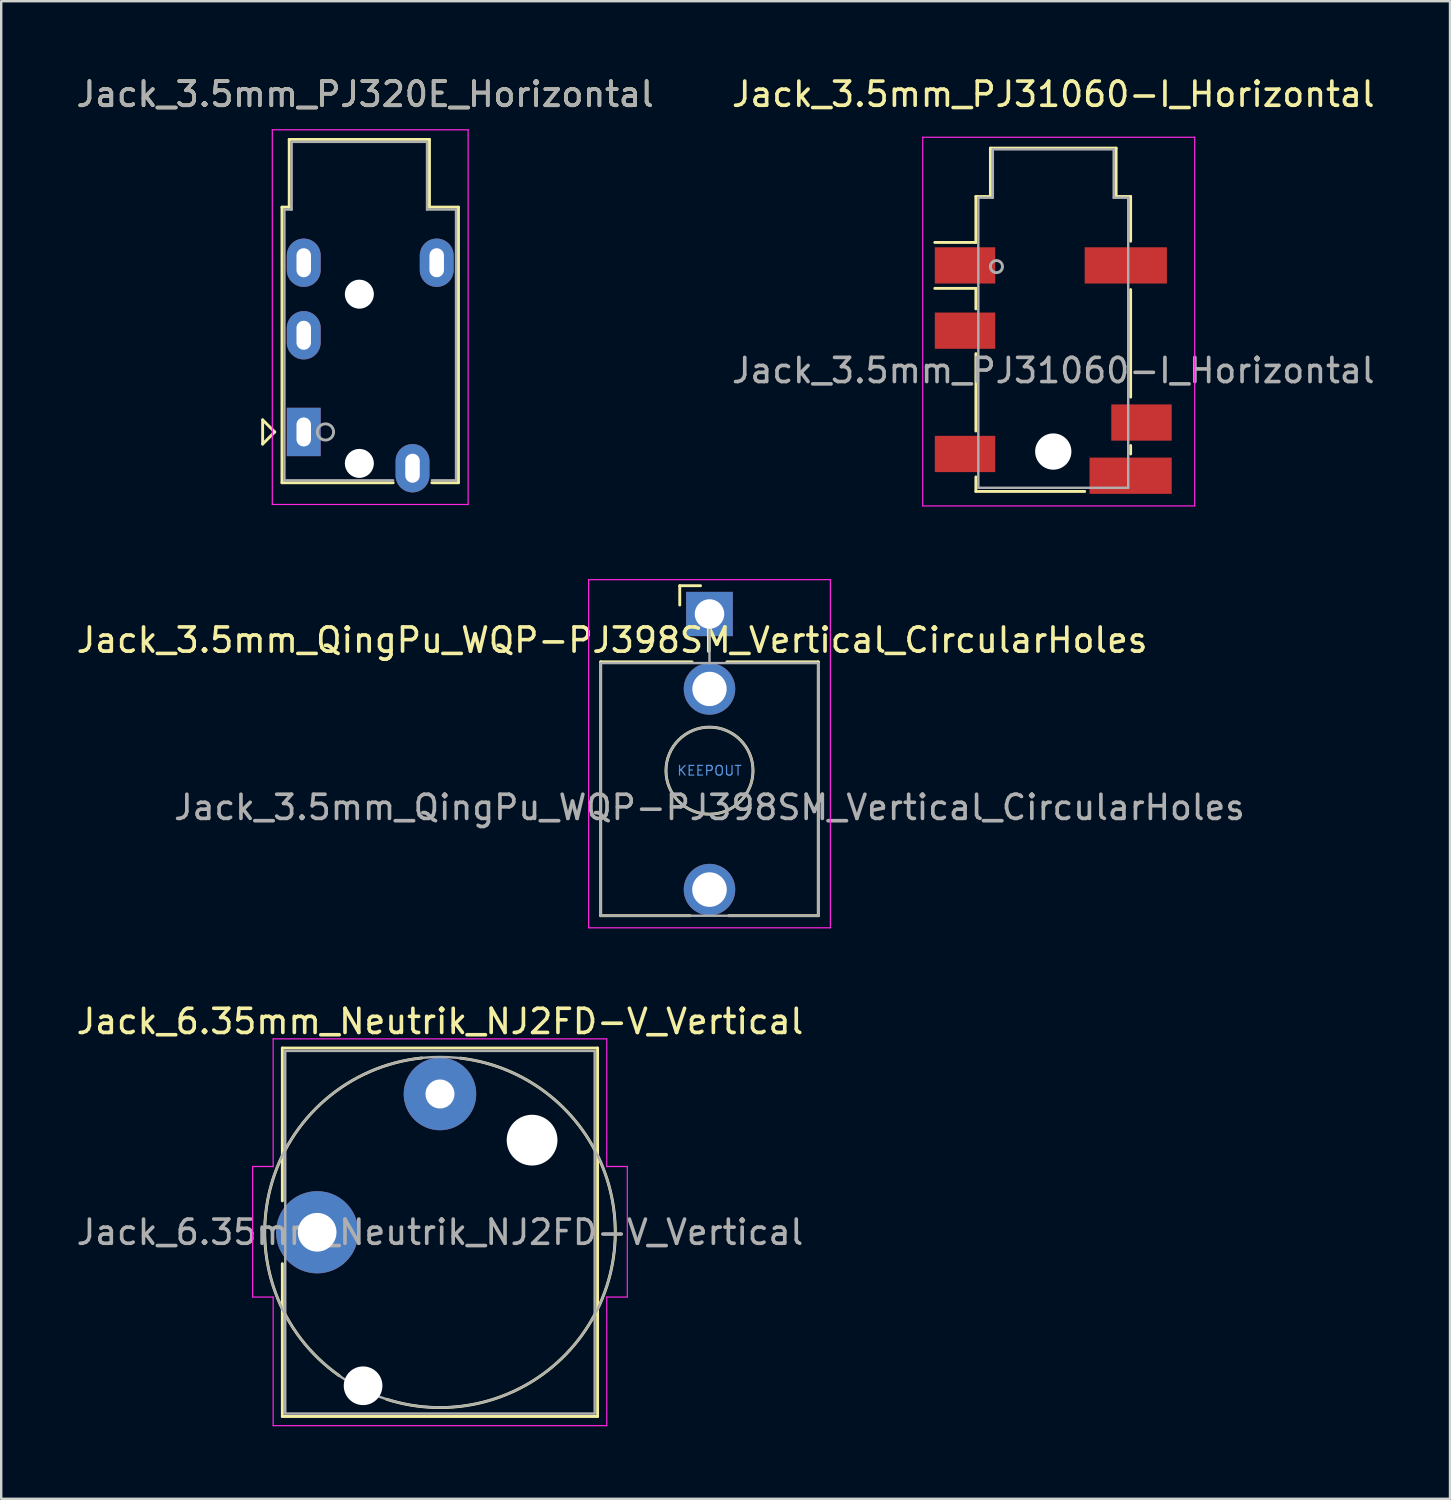
<source format=kicad_pcb>
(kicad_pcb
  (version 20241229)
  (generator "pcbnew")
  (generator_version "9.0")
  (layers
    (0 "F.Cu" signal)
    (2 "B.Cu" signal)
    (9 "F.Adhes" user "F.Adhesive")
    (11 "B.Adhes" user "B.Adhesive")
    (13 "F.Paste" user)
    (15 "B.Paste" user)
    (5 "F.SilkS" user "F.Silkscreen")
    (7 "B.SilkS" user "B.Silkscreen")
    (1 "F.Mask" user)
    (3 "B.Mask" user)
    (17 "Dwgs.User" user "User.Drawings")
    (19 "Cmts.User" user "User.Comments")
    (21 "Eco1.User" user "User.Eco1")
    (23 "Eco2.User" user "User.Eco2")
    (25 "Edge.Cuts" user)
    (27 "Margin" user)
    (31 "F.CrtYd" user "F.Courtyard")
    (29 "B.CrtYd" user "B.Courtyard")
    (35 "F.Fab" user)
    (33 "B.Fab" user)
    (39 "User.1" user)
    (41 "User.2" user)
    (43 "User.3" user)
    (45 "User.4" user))
  (footprint "Jack_6.35mm_Neutrik_NJ2FD-V_Vertical"
    (layer "F.Cu")
    (at 15.149 42.202)
    (property "Reference" "Jack_6.35mm_Neutrik_NJ2FD-V_Vertical" (at 0 -3 0) (layer "F.SilkS") (effects (font (size 1 1) (thickness 0.15))))
    (attr through_hole)
    (fp_line (start -6.52 -1.9) (end -6.52 4.42) (stroke (width 0.12) (type solid)) (layer "F.SilkS"))
    (fp_line (start -6.52 -1.9) (end 6.52 -1.9) (stroke (width 0.12) (type solid)) (layer "F.SilkS"))
    (fp_line (start -6.52 7.02) (end -6.52 13.34) (stroke (width 0.12) (type solid)) (layer "F.SilkS"))
    (fp_line (start -6.52 13.34) (end 6.52 13.34) (stroke (width 0.12) (type solid)) (layer "F.SilkS"))
    (fp_line (start 6.52 -1.9) (end 6.52 13.34) (stroke (width 0.12) (type solid)) (layer "F.SilkS"))
    (fp_arc (start -4.164153 11.6535) (mid -7.016062 3.897509) (end -0.75 -1.49) (stroke (width 0.12) (type solid)) (layer "F.SilkS"))
    (fp_arc (start 0.84109 -1.482824) (mid 7.089049 7.247578) (end -2.2 12.63) (stroke (width 0.12) (type solid)) (layer "F.SilkS"))
    (fp_line (start -7.75 3) (end -7.75 8.4) (stroke (width 0.05) (type solid)) (layer "F.CrtYd"))
    (fp_line (start -6.9 -2.28) (end -6.9 3) (stroke (width 0.05) (type solid)) (layer "F.CrtYd"))
    (fp_line (start -6.9 -2.28) (end 6.9 -2.28) (stroke (width 0.05) (type solid)) (layer "F.CrtYd"))
    (fp_line (start -6.9 3) (end -7.75 3) (stroke (width 0.05) (type solid)) (layer "F.CrtYd"))
    (fp_line (start -6.9 8.4) (end -7.75 8.4) (stroke (width 0.05) (type solid)) (layer "F.CrtYd"))
    (fp_line (start -6.9 8.4) (end -6.9 13.72) (stroke (width 0.05) (type solid)) (layer "F.CrtYd"))
    (fp_line (start -6.9 13.72) (end 6.9 13.72) (stroke (width 0.05) (type solid)) (layer "F.CrtYd"))
    (fp_line (start 6.9 -2.28) (end 6.9 3) (stroke (width 0.05) (type solid)) (layer "F.CrtYd"))
    (fp_line (start 6.9 3) (end 7.75 3) (stroke (width 0.05) (type solid)) (layer "F.CrtYd"))
    (fp_line (start 6.9 8.4) (end 6.9 13.72) (stroke (width 0.05) (type solid)) (layer "F.CrtYd"))
    (fp_line (start 6.9 8.4) (end 7.75 8.4) (stroke (width 0.05) (type solid)) (layer "F.CrtYd"))
    (fp_line (start 7.75 3) (end 7.75 8.4) (stroke (width 0.05) (type solid)) (layer "F.CrtYd"))
    (fp_line (start -6.4 -1.78) (end -6.4 13.22) (stroke (width 0.1) (type solid)) (layer "F.Fab"))
    (fp_line (start -6.4 -1.78) (end 6.4 -1.78) (stroke (width 0.1) (type solid)) (layer "F.Fab"))
    (fp_line (start -6.4 13.22) (end 6.4 13.22) (stroke (width 0.1) (type solid)) (layer "F.Fab"))
    (fp_line (start 6.4 -1.78) (end 6.4 13.22) (stroke (width 0.1) (type solid)) (layer "F.Fab"))
    (fp_circle (center 0 5.72) (end -7.25 5.72) (stroke (width 0.1) (type solid)) (fill no) (layer "F.Fab"))
    (fp_text user "${REFERENCE}" (at 0 5.72 0) (layer "F.Fab") (effects (font (size 1 1) (thickness 0.15))))
    (pad "" np_thru_hole circle (at -3.18 12.07 180) (size 1.6 1.6) (drill 1.6) (layers "*.Cu" "*.Mask"))
    (pad "" np_thru_hole circle (at 3.81 1.91 180) (size 2.1 2.1) (drill 2.1) (layers "*.Cu" "*.Mask"))
    (pad "S" thru_hole circle (at -5.08 5.72 180) (size 3.4 3.4) (drill 1.6) (layers "*.Cu" "*.Mask"))
    (pad "T" thru_hole circle (at 0 0 180) (size 3 3) (drill 1.2) (layers "*.Cu" "*.Mask")))
  (footprint "Jack_3.5mm_QingPu_WQP-PJ398SM_Vertical_CircularHoles"
    (layer "F.Cu")
    (at 26.298 22.348)
    (property "Reference" "Jack_3.5mm_QingPu_WQP-PJ398SM_Vertical_CircularHoles" (at -4.03 1.08 180) (layer "F.SilkS") (effects (font (size 1 1) (thickness 0.15))))
    (attr through_hole)
    (fp_line (start -4.5 1.98) (end -4.5 12.48) (stroke (width 0.12) (type solid)) (layer "F.SilkS"))
    (fp_line (start -1.23 -1.17) (end -1.23 -0.37) (stroke (width 0.12) (type solid)) (layer "F.SilkS"))
    (fp_line (start -1.23 -1.17) (end -0.37 -1.17) (stroke (width 0.12) (type solid)) (layer "F.SilkS"))
    (fp_line (start -0.8 12.48) (end -4.5 12.48) (stroke (width 0.12) (type solid)) (layer "F.SilkS"))
    (fp_line (start -0.72 1.98) (end -4.5 1.98) (stroke (width 0.12) (type solid)) (layer "F.SilkS"))
    (fp_line (start 4.5 1.98) (end 0.72 1.98) (stroke (width 0.12) (type solid)) (layer "F.SilkS"))
    (fp_line (start 4.5 1.98) (end 4.5 12.48) (stroke (width 0.12) (type solid)) (layer "F.SilkS"))
    (fp_line (start 4.5 12.48) (end 0.8 12.48) (stroke (width 0.12) (type solid)) (layer "F.SilkS"))
    (fp_circle (center 0 6.48) (end 1.8 6.48) (stroke (width 0.12) (type solid)) (fill no) (layer "F.SilkS"))
    (fp_line (start -5 12.98) (end -5 -1.42) (stroke (width 0.05) (type solid)) (layer "F.CrtYd"))
    (fp_line (start 5 -1.42) (end -5 -1.42) (stroke (width 0.05) (type solid)) (layer "F.CrtYd"))
    (fp_line (start 5 12.98) (end -5 12.98) (stroke (width 0.05) (type solid)) (layer "F.CrtYd"))
    (fp_line (start 5 12.98) (end 5 -1.42) (stroke (width 0.05) (type solid)) (layer "F.CrtYd"))
    (fp_line (start -4.5 12.48) (end -4.5 2.08) (stroke (width 0.1) (type solid)) (layer "F.Fab"))
    (fp_line (start 0 0) (end 0 2.03) (stroke (width 0.1) (type solid)) (layer "F.Fab"))
    (fp_line (start 4.5 2.03) (end -4.5 2.03) (stroke (width 0.1) (type solid)) (layer "F.Fab"))
    (fp_line (start 4.5 12.48) (end -4.5 12.48) (stroke (width 0.1) (type solid)) (layer "F.Fab"))
    (fp_line (start 4.5 12.48) (end 4.5 2.08) (stroke (width 0.1) (type solid)) (layer "F.Fab"))
    (fp_circle (center 0 6.48) (end 1.8 6.48) (stroke (width 0.1) (type solid)) (fill no) (layer "F.Fab"))
    (fp_text user "KEEPOUT" (at 0 6.48 0) (layer "Cmts.User") (effects (font (size 0.4 0.4) (thickness 0.051))))
    (fp_text user "${REFERENCE}" (at 0 8 180) (layer "F.Fab") (effects (font (size 1 1) (thickness 0.15))))
    (pad "S" thru_hole rect (at 0 0 180) (size 1.93 1.83) (drill 1.22) (layers "*.Cu" "*.Mask"))
    (pad "T" thru_hole circle (at 0 11.4 180) (size 2.13 2.13) (drill 1.43) (layers "*.Cu" "*.Mask"))
    (pad "TN" thru_hole circle (at 0 3.1 180) (size 2.13 2.13) (drill 1.42) (layers "*.Cu" "*.Mask"))
    (zone (net_name "") (layer "F.Cu") (hatch full 0.508) (connect_pads) (min_thickness 0.254) (filled_areas_thickness no) (keepout (tracks not_allowed) (vias not_allowed) (pads not_allowed) (copperpour not_allowed) (footprints not_allowed)) (placement (enabled no)) (fill) (polygon (pts (xy 27.803 28.828) (xy 27.783 28.582) (xy 27.723 28.343) (xy 27.624 28.117) (xy 27.49 27.91) (xy 27.324 27.727) (xy 27.131 27.575) (xy 26.915 27.455) (xy 26.682 27.373) (xy 26.44 27.33) (xy 26.193 27.327) (xy 25.949 27.364) (xy 25.715 27.441) (xy 25.496 27.555) (xy 25.299 27.703) (xy 25.128 27.881) (xy 24.989 28.085) (xy 24.885 28.309) (xy 24.819 28.546) (xy 24.793 28.791) (xy 24.807 29.038) (xy 24.862 29.278) (xy 24.954 29.507) (xy 25.083 29.717) (xy 25.245 29.904) (xy 25.435 30.061) (xy 25.648 30.186) (xy 25.878 30.274) (xy 26.12 30.323) (xy 26.366 30.332) (xy 26.611 30.3) (xy 26.847 30.23) (xy 27.069 30.121) (xy 27.269 29.978) (xy 27.444 29.804) (xy 27.588 29.603) (xy 27.697 29.382) (xy 27.769 29.146) (xy 27.801 28.902)))))
  (footprint "Jack_3.5mm_PJ31060-I_Horizontal"
    (layer "F.Cu")
    (at 40.518 12.278)
    (property "Reference" "Jack_3.5mm_PJ31060-I_Horizontal" (at 0 -11.43 0) (layer "F.SilkS") (effects (font (size 1 1) (thickness 0.15))))
    (attr smd)
    (fp_line (start -4.9 -3.4) (end -3.2 -3.4) (stroke (width 0.12) (type solid)) (layer "F.SilkS"))
    (fp_line (start -3.2 -7.2) (end -2.6 -7.2) (stroke (width 0.12) (type solid)) (layer "F.SilkS"))
    (fp_line (start -3.2 -5.3) (end -4.9 -5.3) (stroke (width 0.12) (type solid)) (layer "F.SilkS"))
    (fp_line (start -3.2 -5.3) (end -3.2 -7.2) (stroke (width 0.12) (type solid)) (layer "F.SilkS"))
    (fp_line (start -3.2 -2.55) (end -3.2 -3.4) (stroke (width 0.12) (type solid)) (layer "F.SilkS"))
    (fp_line (start -3.2 2.5) (end -3.2 -0.7) (stroke (width 0.12) (type solid)) (layer "F.SilkS"))
    (fp_line (start -3.2 5) (end -3.2 4.4) (stroke (width 0.12) (type solid)) (layer "F.SilkS"))
    (fp_line (start -2.6 -9.2) (end 2.6 -9.2) (stroke (width 0.12) (type solid)) (layer "F.SilkS"))
    (fp_line (start -2.6 -7.2) (end -2.6 -9.2) (stroke (width 0.12) (type solid)) (layer "F.SilkS"))
    (fp_line (start 1.3 5) (end -3.2 5) (stroke (width 0.12) (type solid)) (layer "F.SilkS"))
    (fp_line (start 2.6 -9.2) (end 2.6 -7.2) (stroke (width 0.12) (type solid)) (layer "F.SilkS"))
    (fp_line (start 2.6 -7.2) (end 3.2 -7.2) (stroke (width 0.12) (type solid)) (layer "F.SilkS"))
    (fp_line (start 3.2 -7.2) (end 3.2 -5.35) (stroke (width 0.12) (type solid)) (layer "F.SilkS"))
    (fp_line (start 3.2 -3.35) (end 3.2 1.1) (stroke (width 0.12) (type solid)) (layer "F.SilkS"))
    (fp_line (start 3.2 3.1) (end 3.2 3.45) (stroke (width 0.12) (type solid)) (layer "F.SilkS"))
    (fp_line (start -5.4 -9.65) (end -5.4 5.6) (stroke (width 0.05) (type solid)) (layer "F.CrtYd"))
    (fp_line (start -5.4 -9.65) (end 5.85 -9.65) (stroke (width 0.05) (type solid)) (layer "F.CrtYd"))
    (fp_line (start 5.85 5.6) (end -5.4 5.6) (stroke (width 0.05) (type solid)) (layer "F.CrtYd"))
    (fp_line (start 5.85 5.6) (end 5.85 -9.65) (stroke (width 0.05) (type solid)) (layer "F.CrtYd"))
    (fp_line (start -3.1 -7.15) (end -3.1 4.85) (stroke (width 0.1) (type solid)) (layer "F.Fab"))
    (fp_line (start -2.5 -9.15) (end -2.5 -7.15) (stroke (width 0.1) (type solid)) (layer "F.Fab"))
    (fp_line (start -2.5 -7.15) (end -3.1 -7.15) (stroke (width 0.1) (type solid)) (layer "F.Fab"))
    (fp_line (start 2.5 -9.15) (end -2.5 -9.15) (stroke (width 0.1) (type solid)) (layer "F.Fab"))
    (fp_line (start 2.5 -7.15) (end 2.5 -9.15) (stroke (width 0.1) (type solid)) (layer "F.Fab"))
    (fp_line (start 2.5 -7.15) (end 3.1 -7.15) (stroke (width 0.1) (type solid)) (layer "F.Fab"))
    (fp_line (start 3.1 -7.15) (end 3.1 4.85) (stroke (width 0.1) (type solid)) (layer "F.Fab"))
    (fp_line (start 3.1 4.85) (end -3.1 4.85) (stroke (width 0.1) (type solid)) (layer "F.Fab"))
    (fp_circle (center -2.35 -4.3) (end -2.1 -4.3) (stroke (width 0.12) (type solid)) (fill no) (layer "F.Fab"))
    (fp_text user "${REFERENCE}" (at 0 0 0) (layer "F.Fab") (effects (font (size 1 1) (thickness 0.15))))
    (pad "" np_thru_hole circle (at 0 3.35) (size 1.5 1.5) (drill 1.5) (layers "*.Cu" "*.Mask"))
    (pad "R1" smd rect (at -3.65 -1.65) (size 2.5 1.5) (layers "F.Cu" "F.Mask" "F.Paste"))
    (pad "R1N" smd rect (at -3.65 3.45) (size 2.5 1.5) (layers "F.Cu" "F.Mask" "F.Paste"))
    (pad "R2" smd rect (at 3 -4.35) (size 3.4 1.5) (layers "F.Cu" "F.Mask" "F.Paste"))
    (pad "S" smd rect (at -3.65 -4.35) (size 2.5 1.5) (layers "F.Cu" "F.Mask" "F.Paste"))
    (pad "T" smd rect (at 3.65 2.15) (size 2.5 1.5) (layers "F.Cu" "F.Mask" "F.Paste"))
    (pad "TN" smd rect (at 3.2 4.35) (size 3.4 1.5) (layers "F.Cu" "F.Mask" "F.Paste")))
  (footprint "Jack_3.5mm_PJ320E_Horizontal"
    (layer "F.Cu")
    (at 9.514 14.818)
    (property "Reference" "Jack_3.5mm_PJ320E_Horizontal" (at 2.54 -13.97 0) (layer "F.SilkS") (effects (font (size 1 1) (thickness 0.15))))
    (attr through_hole)
    (fp_line (start -1.7 -0.5) (end -1.7 0.5) (stroke (width 0.12) (type solid)) (layer "F.SilkS"))
    (fp_line (start -1.7 0.5) (end -1.2 0) (stroke (width 0.12) (type solid)) (layer "F.SilkS"))
    (fp_line (start -1.2 0) (end -1.7 -0.5) (stroke (width 0.12) (type solid)) (layer "F.SilkS"))
    (fp_line (start -0.9 -9.3) (end -0.9 2.1) (stroke (width 0.12) (type solid)) (layer "F.SilkS"))
    (fp_line (start -0.9 -9.3) (end -0.6 -9.3) (stroke (width 0.12) (type solid)) (layer "F.SilkS"))
    (fp_line (start -0.9 2.1) (end 3.7 2.1) (stroke (width 0.12) (type solid)) (layer "F.SilkS"))
    (fp_line (start -0.6 -9.3) (end -0.6 -12.1) (stroke (width 0.12) (type solid)) (layer "F.SilkS"))
    (fp_line (start 5.2 -12.1) (end -0.6 -12.1) (stroke (width 0.12) (type solid)) (layer "F.SilkS"))
    (fp_line (start 5.2 -9.3) (end 5.2 -12.1) (stroke (width 0.12) (type solid)) (layer "F.SilkS"))
    (fp_line (start 5.2 -9.3) (end 6.4 -9.3) (stroke (width 0.12) (type solid)) (layer "F.SilkS"))
    (fp_line (start 6.4 -9.3) (end 6.4 2.1) (stroke (width 0.12) (type solid)) (layer "F.SilkS"))
    (fp_line (start 6.4 2.1) (end 5.3 2.1) (stroke (width 0.12) (type solid)) (layer "F.SilkS"))
    (fp_line (start -1.3 -12.5) (end -1.3 3) (stroke (width 0.05) (type solid)) (layer "F.CrtYd"))
    (fp_line (start -1.3 -12.5) (end 6.8 -12.5) (stroke (width 0.05) (type solid)) (layer "F.CrtYd"))
    (fp_line (start -1.3 3) (end 6.8 3) (stroke (width 0.05) (type solid)) (layer "F.CrtYd"))
    (fp_line (start 6.8 -12.5) (end 6.8 3) (stroke (width 0.05) (type solid)) (layer "F.CrtYd"))
    (fp_line (start -0.8 -9.2) (end -0.5 -9.2) (stroke (width 0.1) (type solid)) (layer "F.Fab"))
    (fp_line (start -0.8 2) (end -0.8 -9.2) (stroke (width 0.1) (type solid)) (layer "F.Fab"))
    (fp_line (start -0.5 -12) (end 5.1 -12) (stroke (width 0.1) (type solid)) (layer "F.Fab"))
    (fp_line (start -0.5 -9.2) (end -0.5 -12) (stroke (width 0.1) (type solid)) (layer "F.Fab"))
    (fp_line (start 3.7 2) (end -0.8 2) (stroke (width 0.1) (type solid)) (layer "F.Fab"))
    (fp_line (start 5.1 -12) (end 5.1 -9.2) (stroke (width 0.1) (type solid)) (layer "F.Fab"))
    (fp_line (start 5.1 -9.2) (end 6.3 -9.2) (stroke (width 0.1) (type solid)) (layer "F.Fab"))
    (fp_line (start 6.3 -9.2) (end 6.3 2) (stroke (width 0.1) (type solid)) (layer "F.Fab"))
    (fp_line (start 6.3 2) (end 5.3 2) (stroke (width 0.1) (type solid)) (layer "F.Fab"))
    (fp_circle (center 0.9 0) (end 1.2 0.15) (stroke (width 0.12) (type solid)) (fill no) (layer "F.Fab"))
    (fp_text user "${REFERENCE}" (at 2.54 -13.97 0) (layer "F.Fab") (effects (font (size 1 1) (thickness 0.15))))
    (pad "" np_thru_hole circle (at 2.3 -5.7 270) (size 1.2 1.2) (drill 1.2) (layers "*.Cu" "*.Mask"))
    (pad "" np_thru_hole circle (at 2.3 1.3 270) (size 1.2 1.2) (drill 1.2) (layers "*.Cu" "*.Mask"))
    (pad "" thru_hole oval (at 5.5 -7 270) (size 2 1.4) (drill oval 1.2 0.6) (layers "*.Cu" "*.Mask"))
    (pad "R1" thru_hole oval (at 0 -4 270) (size 2 1.4) (drill oval 1.2 0.6) (layers "*.Cu" "*.Mask"))
    (pad "R2" thru_hole oval (at 0 -7 270) (size 2 1.4) (drill oval 1.2 0.6) (layers "*.Cu" "*.Mask"))
    (pad "S" thru_hole oval (at 4.5 1.5 270) (size 2 1.4) (drill oval 1.2 0.6) (layers "*.Cu" "*.Mask"))
    (pad "T" thru_hole rect (at 0 0 270) (size 2 1.4) (drill oval 1.2 0.6) (layers "*.Cu" "*.Mask")))
  (gr_rect
    (start -3 -3)
    (end 56.929 58.947)
    (stroke (width 0.1) (type default))
    (fill no)
    (layer "Edge.Cuts")))
</source>
